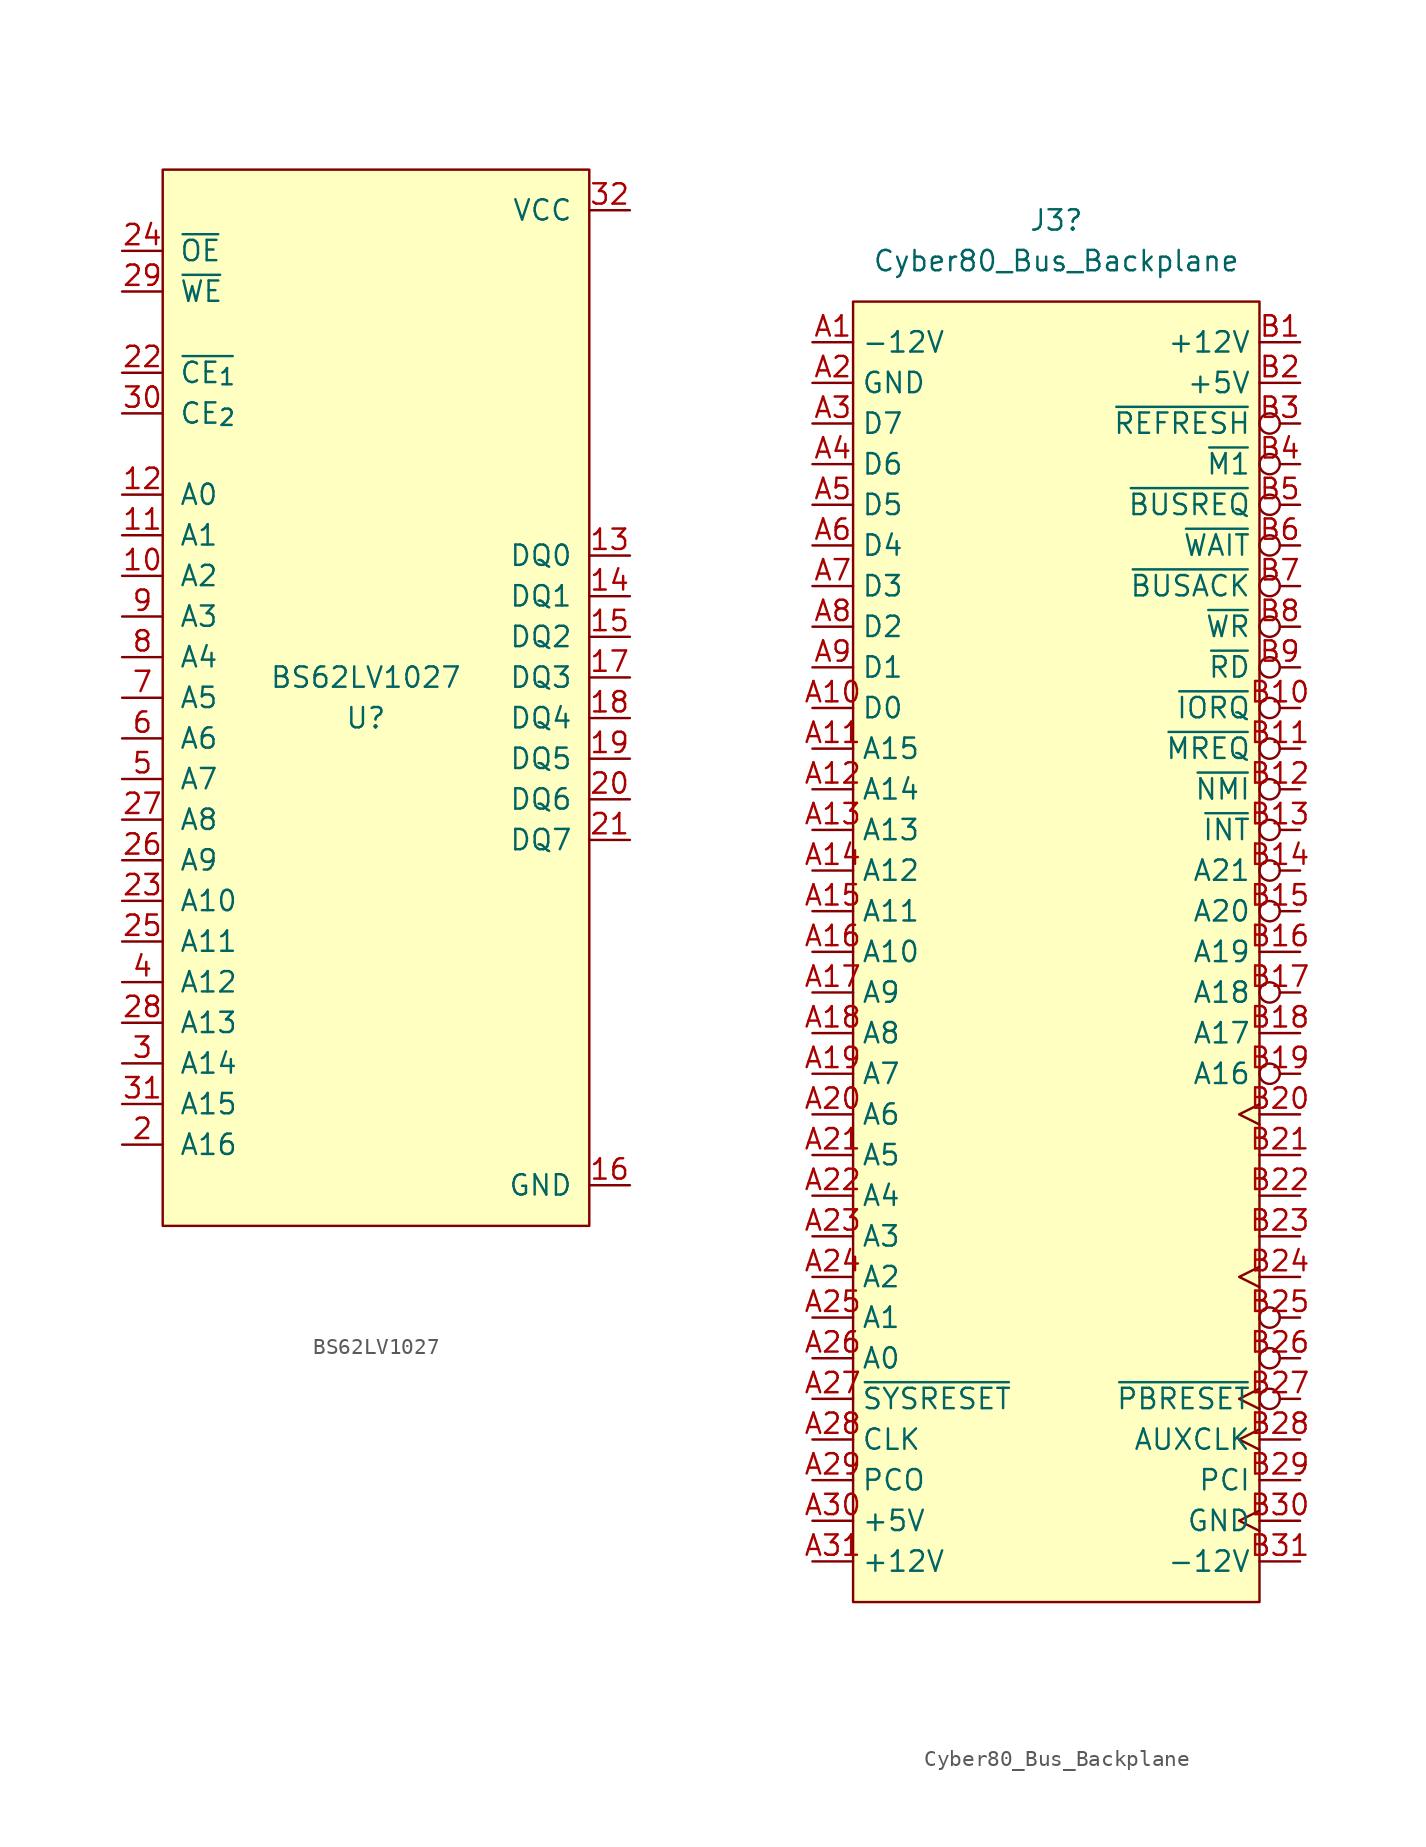
<source format=kicad_sym>
(kicad_symbol_lib
  (version 20211014)
  (generator kicad_symbol_editor)
  (symbol "BS62LV1027"
    (pin_names
      (offset 1.016))
    (property "Reference" "U"
      (at 0 -1.27 0)
      (effects (font (size 1.27 1.27))))
    (property "Value" "BS62LV1027"
      (at 0 1.27 0)
      (effects (font (size 1.27 1.27))))
    (symbol "BS62LV1027_0_0"
      (pin input line (at -15.24 7.62 0) (length 2.54) (name "A2" (effects (font (size 1.27 1.27)))) (number "10" (effects (font (size 1.27 1.27)))))
      (pin input line (at -15.24 10.16 0) (length 2.54) (name "A1" (effects (font (size 1.27 1.27)))) (number "11" (effects (font (size 1.27 1.27)))))
      (pin input line (at -15.24 12.7 0) (length 2.54) (name "A0" (effects (font (size 1.27 1.27)))) (number "12" (effects (font (size 1.27 1.27)))))
      (pin bidirectional line (at 16.51 8.89 180) (length 2.54) (name "DQ0" (effects (font (size 1.27 1.27)))) (number "13" (effects (font (size 1.27 1.27)))))
      (pin bidirectional line (at 16.51 6.35 180) (length 2.54) (name "DQ1" (effects (font (size 1.27 1.27)))) (number "14" (effects (font (size 1.27 1.27)))))
      (pin bidirectional line (at 16.51 3.81 180) (length 2.54) (name "DQ2" (effects (font (size 1.27 1.27)))) (number "15" (effects (font (size 1.27 1.27)))))
      (pin power_in line (at 16.51 -30.48 180) (length 2.54) (name "GND" (effects (font (size 1.27 1.27)))) (number "16" (effects (font (size 1.27 1.27)))))
      (pin bidirectional line (at 16.51 1.27 180) (length 2.54) (name "DQ3" (effects (font (size 1.27 1.27)))) (number "17" (effects (font (size 1.27 1.27)))))
      (pin bidirectional line (at 16.51 -1.27 180) (length 2.54) (name "DQ4" (effects (font (size 1.27 1.27)))) (number "18" (effects (font (size 1.27 1.27)))))
      (pin bidirectional line (at 16.51 -3.81 180) (length 2.54) (name "DQ5" (effects (font (size 1.27 1.27)))) (number "19" (effects (font (size 1.27 1.27)))))
      (pin input line (at -15.24 -27.94 0) (length 2.54) (name "A16" (effects (font (size 1.27 1.27)))) (number "2" (effects (font (size 1.27 1.27)))))
      (pin bidirectional line (at 16.51 -6.35 180) (length 2.54) (name "DQ6" (effects (font (size 1.27 1.27)))) (number "20" (effects (font (size 1.27 1.27)))))
      (pin bidirectional line (at 16.51 -8.89 180) (length 2.54) (name "DQ7" (effects (font (size 1.27 1.27)))) (number "21" (effects (font (size 1.27 1.27)))))
      (pin input line (at -15.24 20.32 0) (length 2.54) (name "~{CE_{1}}" (effects (font (size 1.27 1.27)))) (number "22" (effects (font (size 1.27 1.27)))))
      (pin input line (at -15.24 -12.7 0) (length 2.54) (name "A10" (effects (font (size 1.27 1.27)))) (number "23" (effects (font (size 1.27 1.27)))))
      (pin input line (at -15.24 27.94 0) (length 2.54) (name "~{OE}" (effects (font (size 1.27 1.27)))) (number "24" (effects (font (size 1.27 1.27)))))
      (pin input line (at -15.24 -15.24 0) (length 2.54) (name "A11" (effects (font (size 1.27 1.27)))) (number "25" (effects (font (size 1.27 1.27)))))
      (pin input line (at -15.24 -10.16 0) (length 2.54) (name "A9" (effects (font (size 1.27 1.27)))) (number "26" (effects (font (size 1.27 1.27)))))
      (pin input line (at -15.24 -7.62 0) (length 2.54) (name "A8" (effects (font (size 1.27 1.27)))) (number "27" (effects (font (size 1.27 1.27)))))
      (pin input line (at -15.24 -20.32 0) (length 2.54) (name "A13" (effects (font (size 1.27 1.27)))) (number "28" (effects (font (size 1.27 1.27)))))
      (pin input line (at -15.24 25.4 0) (length 2.54) (name "~{WE}" (effects (font (size 1.27 1.27)))) (number "29" (effects (font (size 1.27 1.27)))))
      (pin input line (at -15.24 -22.86 0) (length 2.54) (name "A14" (effects (font (size 1.27 1.27)))) (number "3" (effects (font (size 1.27 1.27)))))
      (pin input line (at -15.24 17.78 0) (length 2.54) (name "CE_{2}" (effects (font (size 1.27 1.27)))) (number "30" (effects (font (size 1.27 1.27)))))
      (pin input line (at -15.24 -25.4 0) (length 2.54) (name "A15" (effects (font (size 1.27 1.27)))) (number "31" (effects (font (size 1.27 1.27)))))
      (pin power_in line (at 16.51 30.48 180) (length 2.54) (name "VCC" (effects (font (size 1.27 1.27)))) (number "32" (effects (font (size 1.27 1.27)))))
      (pin input line (at -15.24 -17.78 0) (length 2.54) (name "A12" (effects (font (size 1.27 1.27)))) (number "4" (effects (font (size 1.27 1.27)))))
      (pin input line (at -15.24 -5.08 0) (length 2.54) (name "A7" (effects (font (size 1.27 1.27)))) (number "5" (effects (font (size 1.27 1.27)))))
      (pin input line (at -15.24 -2.54 0) (length 2.54) (name "A6" (effects (font (size 1.27 1.27)))) (number "6" (effects (font (size 1.27 1.27)))))
      (pin input line (at -15.24 0 0) (length 2.54) (name "A5" (effects (font (size 1.27 1.27)))) (number "7" (effects (font (size 1.27 1.27)))))
      (pin input line (at -15.24 2.54 0) (length 2.54) (name "A4" (effects (font (size 1.27 1.27)))) (number "8" (effects (font (size 1.27 1.27)))))
      (pin input line (at -15.24 5.08 0) (length 2.54) (name "A3" (effects (font (size 1.27 1.27)))) (number "9" (effects (font (size 1.27 1.27))))))
    (symbol "BS62LV1027_0_1"
      (rectangle (start -12.7 33.02) (end 13.97 -33.02) (stroke (width 0) (type default) (color 0 0 0 0)) (fill (type background)))))
  (symbol "Cyber80_Bus_Backplane"
    (property "Reference" "J3"
      (at 0 45.72 0)
      (effects (font (size 1.27 1.27))))
    (property "Value" "Cyber80_Bus_Backplane"
      (at 0 43.18 0)
      (effects (font (size 1.27 1.27))))
    (symbol "Cyber80_Bus_Backplane_0_0"
      (pin power_in line (at -15.24 38.1 0) (length 2.54) (name "-12V" (effects (font (size 1.27 1.27)))) (number "A1" (effects (font (size 1.27 1.27)))))
      (pin bidirectional line (at -15.24 15.24 0) (length 2.54) (name "D0" (effects (font (size 1.27 1.27)))) (number "A10" (effects (font (size 1.27 1.27)))))
      (pin input line (at -15.24 12.7 0) (length 2.54) (name "A15" (effects (font (size 1.27 1.27)))) (number "A11" (effects (font (size 1.27 1.27)))))
      (pin input line (at -15.24 10.16 0) (length 2.54) (name "A14" (effects (font (size 1.27 1.27)))) (number "A12" (effects (font (size 1.27 1.27)))))
      (pin input line (at -15.24 7.62 0) (length 2.54) (name "A13" (effects (font (size 1.27 1.27)))) (number "A13" (effects (font (size 1.27 1.27)))))
      (pin input line (at -15.24 5.08 0) (length 2.54) (name "A12" (effects (font (size 1.27 1.27)))) (number "A14" (effects (font (size 1.27 1.27)))))
      (pin input line (at -15.24 2.54 0) (length 2.54) (name "A11" (effects (font (size 1.27 1.27)))) (number "A15" (effects (font (size 1.27 1.27)))))
      (pin input line (at -15.24 0 0) (length 2.54) (name "A10" (effects (font (size 1.27 1.27)))) (number "A16" (effects (font (size 1.27 1.27)))))
      (pin input line (at -15.24 -2.54 0) (length 2.54) (name "A9" (effects (font (size 1.27 1.27)))) (number "A17" (effects (font (size 1.27 1.27)))))
      (pin input line (at -15.24 -5.08 0) (length 2.54) (name "A8" (effects (font (size 1.27 1.27)))) (number "A18" (effects (font (size 1.27 1.27)))))
      (pin input line (at -15.24 -7.62 0) (length 2.54) (name "A7" (effects (font (size 1.27 1.27)))) (number "A19" (effects (font (size 1.27 1.27)))))
      (pin power_in line (at -15.24 35.56 0) (length 2.54) (name "GND" (effects (font (size 1.27 1.27)))) (number "A2" (effects (font (size 1.27 1.27)))))
      (pin input line (at -15.24 -10.16 0) (length 2.54) (name "A6" (effects (font (size 1.27 1.27)))) (number "A20" (effects (font (size 1.27 1.27)))))
      (pin input line (at -15.24 -12.7 0) (length 2.54) (name "A5" (effects (font (size 1.27 1.27)))) (number "A21" (effects (font (size 1.27 1.27)))))
      (pin input line (at -15.24 -15.24 0) (length 2.54) (name "A4" (effects (font (size 1.27 1.27)))) (number "A22" (effects (font (size 1.27 1.27)))))
      (pin input line (at -15.24 -17.78 0) (length 2.54) (name "A3" (effects (font (size 1.27 1.27)))) (number "A23" (effects (font (size 1.27 1.27)))))
      (pin input line (at -15.24 -20.32 0) (length 2.54) (name "A2" (effects (font (size 1.27 1.27)))) (number "A24" (effects (font (size 1.27 1.27)))))
      (pin input line (at -15.24 -22.86 0) (length 2.54) (name "A1" (effects (font (size 1.27 1.27)))) (number "A25" (effects (font (size 1.27 1.27)))))
      (pin input line (at -15.24 -25.4 0) (length 2.54) (name "A0" (effects (font (size 1.27 1.27)))) (number "A26" (effects (font (size 1.27 1.27)))))
      (pin input line (at -15.24 -27.94 0) (length 2.54) (name "~{SYSRESET}" (effects (font (size 1.27 1.27)))) (number "A27" (effects (font (size 1.27 1.27)))))
      (pin input line (at -15.24 -30.48 0) (length 2.54) (name "CLK" (effects (font (size 1.27 1.27)))) (number "A28" (effects (font (size 1.27 1.27)))))
      (pin output line (at -15.24 -33.02 0) (length 2.54) (name "PCO" (effects (font (size 1.27 1.27)))) (number "A29" (effects (font (size 1.27 1.27)))))
      (pin bidirectional line (at -15.24 33.02 0) (length 2.54) (name "D7" (effects (font (size 1.27 1.27)))) (number "A3" (effects (font (size 1.27 1.27)))))
      (pin power_in line (at -15.24 -35.56 0) (length 2.54) (name "+5V" (effects (font (size 1.27 1.27)))) (number "A30" (effects (font (size 1.27 1.27)))))
      (pin power_in line (at -15.24 -38.1 0) (length 2.54) (name "+12V" (effects (font (size 1.27 1.27)))) (number "A31" (effects (font (size 1.27 1.27)))))
      (pin bidirectional line (at -15.24 30.48 0) (length 2.54) (name "D6" (effects (font (size 1.27 1.27)))) (number "A4" (effects (font (size 1.27 1.27)))))
      (pin bidirectional line (at -15.24 27.94 0) (length 2.54) (name "D5" (effects (font (size 1.27 1.27)))) (number "A5" (effects (font (size 1.27 1.27)))))
      (pin bidirectional line (at -15.24 25.4 0) (length 2.54) (name "D4" (effects (font (size 1.27 1.27)))) (number "A6" (effects (font (size 1.27 1.27)))))
      (pin bidirectional line (at -15.24 22.86 0) (length 2.54) (name "D3" (effects (font (size 1.27 1.27)))) (number "A7" (effects (font (size 1.27 1.27)))))
      (pin bidirectional line (at -15.24 20.32 0) (length 2.54) (name "D2" (effects (font (size 1.27 1.27)))) (number "A8" (effects (font (size 1.27 1.27)))))
      (pin bidirectional line (at -15.24 17.78 0) (length 2.54) (name "D1" (effects (font (size 1.27 1.27)))) (number "A9" (effects (font (size 1.27 1.27)))))
      (pin power_in line (at 15.24 38.1 180) (length 2.54) (name "+12V" (effects (font (size 1.27 1.27)))) (number "B1" (effects (font (size 1.27 1.27)))))
      (pin input inverted (at 15.24 15.24 180) (length 2.54) (name "~{IORQ}" (effects (font (size 1.27 1.27)))) (number "B10" (effects (font (size 1.27 1.27)))))
      (pin input inverted (at 15.24 12.7 180) (length 2.54) (name "~{MREQ}" (effects (font (size 1.27 1.27)))) (number "B11" (effects (font (size 1.27 1.27)))))
      (pin open_collector inverted (at 15.24 10.16 180) (length 2.54) (name "~{NMI}" (effects (font (size 1.27 1.27)))) (number "B12" (effects (font (size 1.27 1.27)))))
      (pin open_collector inverted (at 15.24 7.62 180) (length 2.54) (name "~{INT}" (effects (font (size 1.27 1.27)))) (number "B13" (effects (font (size 1.27 1.27)))))
      (pin input inverted (at 15.24 5.08 180) (length 2.54) (name "A21" (effects (font (size 1.27 1.27)))) (number "B14" (effects (font (size 1.27 1.27)))))
      (pin input inverted (at 15.24 2.54 180) (length 2.54) (name "A20" (effects (font (size 1.27 1.27)))) (number "B15" (effects (font (size 1.27 1.27)))))
      (pin input line (at 15.24 0 180) (length 2.54) (name "A19" (effects (font (size 1.27 1.27)))) (number "B16" (effects (font (size 1.27 1.27)))))
      (pin input inverted (at 15.24 -2.54 180) (length 2.54) (name "A18" (effects (font (size 1.27 1.27)))) (number "B17" (effects (font (size 1.27 1.27)))))
      (pin input line (at 15.24 -5.08 180) (length 2.54) (name "A17" (effects (font (size 1.27 1.27)))) (number "B18" (effects (font (size 1.27 1.27)))))
      (pin input inverted (at 15.24 -7.62 180) (length 2.54) (name "A16" (effects (font (size 1.27 1.27)))) (number "B19" (effects (font (size 1.27 1.27)))))
      (pin power_in line (at 15.24 35.56 180) (length 2.54) (name "+5V" (effects (font (size 1.27 1.27)))) (number "B2" (effects (font (size 1.27 1.27)))))
      (pin free clock (at 15.24 -10.16 180) (length 2.54) (name "" (effects (font (size 1.27 1.27)))) (number "B20" (effects (font (size 1.27 1.27)))))
      (pin free line (at 15.24 -12.7 180) (length 2.54) (name "" (effects (font (size 1.27 1.27)))) (number "B21" (effects (font (size 1.27 1.27)))))
      (pin free line (at 15.24 -15.24 180) (length 2.54) (name "" (effects (font (size 1.27 1.27)))) (number "B22" (effects (font (size 1.27 1.27)))))
      (pin free line (at 15.24 -17.78 180) (length 2.54) (name "" (effects (font (size 1.27 1.27)))) (number "B23" (effects (font (size 1.27 1.27)))))
      (pin free clock (at 15.24 -20.32 180) (length 2.54) (name "" (effects (font (size 1.27 1.27)))) (number "B24" (effects (font (size 1.27 1.27)))))
      (pin free inverted (at 15.24 -22.86 180) (length 2.54) (name "" (effects (font (size 1.27 1.27)))) (number "B25" (effects (font (size 1.27 1.27)))))
      (pin free inverted (at 15.24 -25.4 180) (length 2.54) (name "" (effects (font (size 1.27 1.27)))) (number "B26" (effects (font (size 1.27 1.27)))))
      (pin open_collector inverted_clock (at 15.24 -27.94 180) (length 2.54) (name "~{PBRESET}" (effects (font (size 1.27 1.27)))) (number "B27" (effects (font (size 1.27 1.27)))))
      (pin bidirectional clock (at 15.24 -30.48 180) (length 2.54) (name "AUXCLK" (effects (font (size 1.27 1.27)))) (number "B28" (effects (font (size 1.27 1.27)))))
      (pin input line (at 15.24 -33.02 180) (length 2.54) (name "PCI" (effects (font (size 1.27 1.27)))) (number "B29" (effects (font (size 1.27 1.27)))))
      (pin input inverted (at 15.24 33.02 180) (length 2.54) (name "~{REFRESH}" (effects (font (size 1.27 1.27)))) (number "B3" (effects (font (size 1.27 1.27)))))
      (pin power_in clock (at 15.24 -35.56 180) (length 2.54) (name "GND" (effects (font (size 1.27 1.27)))) (number "B30" (effects (font (size 1.27 1.27)))))
      (pin power_in line (at 15.24 -38.1 180) (length 2.54) (name "-12V" (effects (font (size 1.27 1.27)))) (number "B31" (effects (font (size 1.27 1.27)))))
      (pin input inverted (at 15.24 30.48 180) (length 2.54) (name "~{M1}" (effects (font (size 1.27 1.27)))) (number "B4" (effects (font (size 1.27 1.27)))))
      (pin open_collector inverted (at 15.24 27.94 180) (length 2.54) (name "~{BUSREQ}" (effects (font (size 1.27 1.27)))) (number "B5" (effects (font (size 1.27 1.27)))))
      (pin open_collector inverted (at 15.24 25.4 180) (length 2.54) (name "~{WAIT}" (effects (font (size 1.27 1.27)))) (number "B6" (effects (font (size 1.27 1.27)))))
      (pin input inverted (at 15.24 22.86 180) (length 2.54) (name "~{BUSACK}" (effects (font (size 1.27 1.27)))) (number "B7" (effects (font (size 1.27 1.27)))))
      (pin input inverted (at 15.24 20.32 180) (length 2.54) (name "~{WR}" (effects (font (size 1.27 1.27)))) (number "B8" (effects (font (size 1.27 1.27)))))
      (pin input inverted (at 15.24 17.78 180) (length 2.54) (name "~{RD}" (effects (font (size 1.27 1.27)))) (number "B9" (effects (font (size 1.27 1.27))))))
    (symbol "Cyber80_Bus_Backplane_0_1"
      (rectangle (start -12.7 40.64) (end 12.7 -40.64) (stroke (width 0.152) (type default) (color 0 0 0 0)) (fill (type background))))))
</source>
